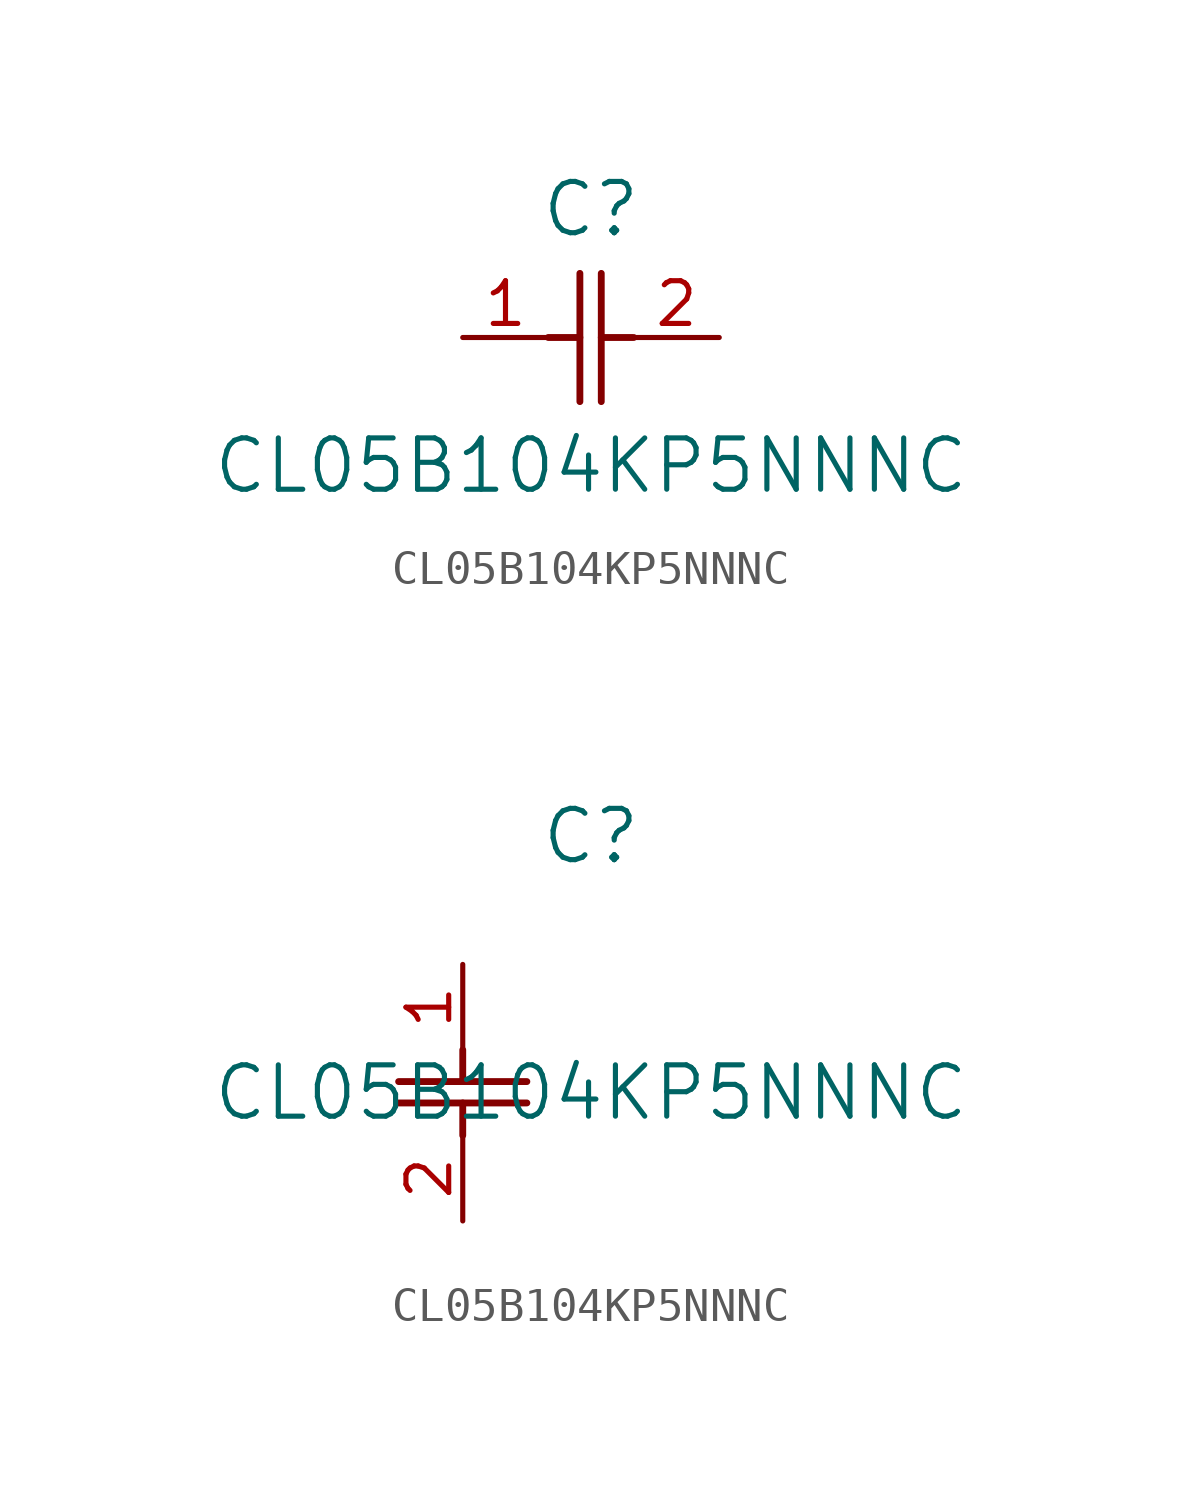
<source format=kicad_sym>
(kicad_symbol_lib
  (version 20211014)
  (generator kicad_symbol_editor)
  (symbol "CL05B104KP5NNNC"
    (pin_names
      (offset 0.254))
    (property "Reference" "C"
      (at 3.81 3.81 0)
      (effects (font (size 1.524 1.524))))
    (property "Value" "CL05B104KP5NNNC"
      (at 3.81 -3.81 0)
      (effects (font (size 1.524 1.524))))
    (symbol "CL05B104KP5NNNC_1_1"
      (polyline (pts (xy 3.48 -1.905) (xy 3.48 1.905)) (stroke (width 0.203) (type default) (color 0 0 0 0)) (fill (type none)))
      (polyline (pts (xy 4.115 -1.905) (xy 4.115 1.905)) (stroke (width 0.203) (type default) (color 0 0 0 0)) (fill (type none)))
      (polyline (pts (xy 4.115 0) (xy 5.08 0)) (stroke (width 0.203) (type default) (color 0 0 0 0)) (fill (type none)))
      (polyline (pts (xy 2.54 0) (xy 3.48 0)) (stroke (width 0.203) (type default) (color 0 0 0 0)) (fill (type none)))
      (pin unspecified line (at 0 0 0) (length 2.54) (name "" (effects (font (size 1.27 1.27)))) (number "1" (effects (font (size 1.27 1.27)))))
      (pin unspecified line (at 7.62 0 180) (length 2.54) (name "" (effects (font (size 1.27 1.27)))) (number "2" (effects (font (size 1.27 1.27))))))
    (symbol "CL05B104KP5NNNC_1_2"
      (polyline (pts (xy -1.905 -3.48) (xy 1.905 -3.48)) (stroke (width 0.203) (type default) (color 0 0 0 0)) (fill (type none)))
      (polyline (pts (xy -1.905 -4.115) (xy 1.905 -4.115)) (stroke (width 0.203) (type default) (color 0 0 0 0)) (fill (type none)))
      (polyline (pts (xy 0 -4.115) (xy 0 -5.08)) (stroke (width 0.203) (type default) (color 0 0 0 0)) (fill (type none)))
      (polyline (pts (xy 0 -2.54) (xy 0 -3.48)) (stroke (width 0.203) (type default) (color 0 0 0 0)) (fill (type none)))
      (pin unspecified line (at 0 0 270) (length 2.54) (name "" (effects (font (size 1.27 1.27)))) (number "1" (effects (font (size 1.27 1.27)))))
      (pin unspecified line (at 0 -7.62 90) (length 2.54) (name "" (effects (font (size 1.27 1.27)))) (number "2" (effects (font (size 1.27 1.27))))))))
</source>
